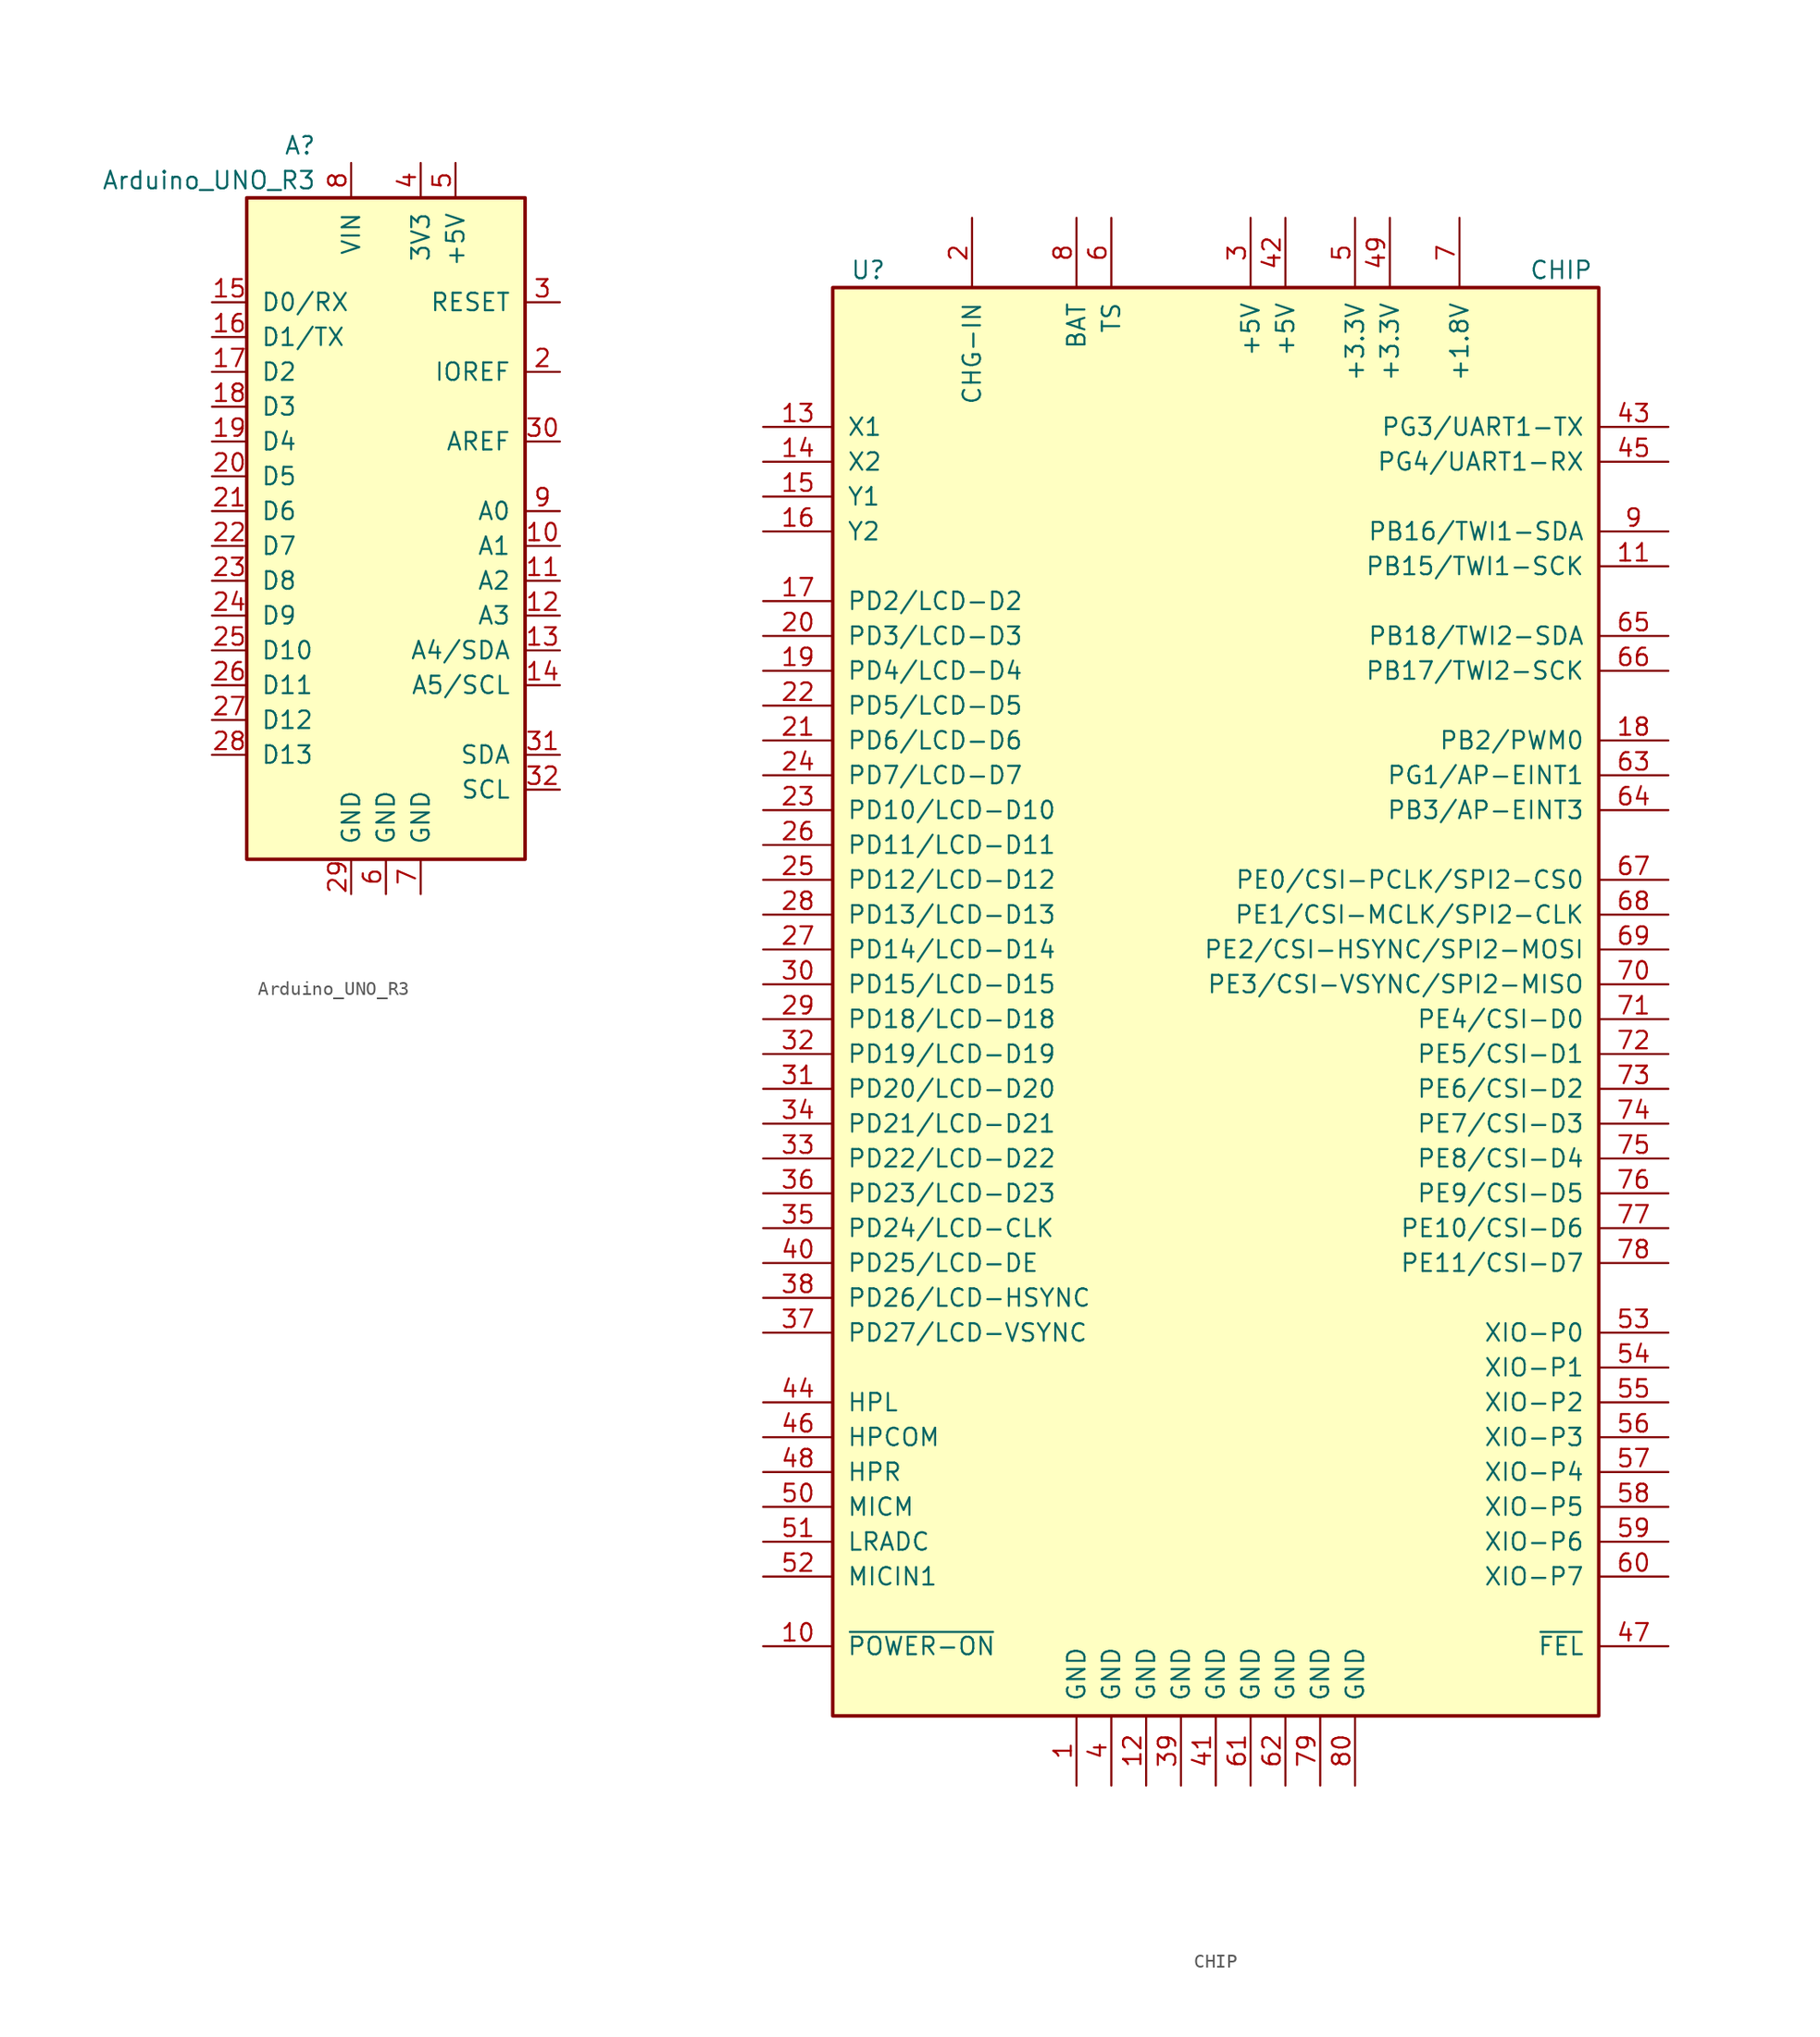
<source format=kicad_sym>
(kicad_symbol_lib
  (version 20201005)
  (generator kicad_symbol_editor)
  (symbol "Arduino_UNO_R3"
    (pin_names
      (offset 1.016))
    (property "Reference" "A"
      (at -5.08 26.67 0)
      (effects (font (size 1.27 1.27)) (justify right)))
    (property "Value" "Arduino_UNO_R3"
      (at -5.08 24.13 0)
      (effects (font (size 1.27 1.27)) (justify right)))
    (symbol "Arduino_UNO_R3_0_1"
      (rectangle (start -10.16 22.86) (end 10.16 -25.4) (stroke (width 0.254)) (fill (type background))))
    (symbol "Arduino_UNO_R3_1_1"
      (pin no_connect line (at -12.7 -20.32 0) (length 2.54) hide (name "NC" (effects (font (size 1.27 1.27)))) (number "1" (effects (font (size 1.27 1.27)))))
      (pin bidirectional line (at 12.7 -2.54 180) (length 2.54) (name "A1" (effects (font (size 1.27 1.27)))) (number "10" (effects (font (size 1.27 1.27)))))
      (pin bidirectional line (at 12.7 -5.08 180) (length 2.54) (name "A2" (effects (font (size 1.27 1.27)))) (number "11" (effects (font (size 1.27 1.27)))))
      (pin bidirectional line (at 12.7 -7.62 180) (length 2.54) (name "A3" (effects (font (size 1.27 1.27)))) (number "12" (effects (font (size 1.27 1.27)))))
      (pin bidirectional line (at 12.7 -10.16 180) (length 2.54) (name "A4/SDA" (effects (font (size 1.27 1.27)))) (number "13" (effects (font (size 1.27 1.27)))))
      (pin bidirectional line (at 12.7 -12.7 180) (length 2.54) (name "A5/SCL" (effects (font (size 1.27 1.27)))) (number "14" (effects (font (size 1.27 1.27)))))
      (pin bidirectional line (at -12.7 15.24 0) (length 2.54) (name "D0/RX" (effects (font (size 1.27 1.27)))) (number "15" (effects (font (size 1.27 1.27)))))
      (pin bidirectional line (at -12.7 12.7 0) (length 2.54) (name "D1/TX" (effects (font (size 1.27 1.27)))) (number "16" (effects (font (size 1.27 1.27)))))
      (pin bidirectional line (at -12.7 10.16 0) (length 2.54) (name "D2" (effects (font (size 1.27 1.27)))) (number "17" (effects (font (size 1.27 1.27)))))
      (pin bidirectional line (at -12.7 7.62 0) (length 2.54) (name "D3" (effects (font (size 1.27 1.27)))) (number "18" (effects (font (size 1.27 1.27)))))
      (pin bidirectional line (at -12.7 5.08 0) (length 2.54) (name "D4" (effects (font (size 1.27 1.27)))) (number "19" (effects (font (size 1.27 1.27)))))
      (pin output line (at 12.7 10.16 180) (length 2.54) (name "IOREF" (effects (font (size 1.27 1.27)))) (number "2" (effects (font (size 1.27 1.27)))))
      (pin bidirectional line (at -12.7 2.54 0) (length 2.54) (name "D5" (effects (font (size 1.27 1.27)))) (number "20" (effects (font (size 1.27 1.27)))))
      (pin bidirectional line (at -12.7 0 0) (length 2.54) (name "D6" (effects (font (size 1.27 1.27)))) (number "21" (effects (font (size 1.27 1.27)))))
      (pin bidirectional line (at -12.7 -2.54 0) (length 2.54) (name "D7" (effects (font (size 1.27 1.27)))) (number "22" (effects (font (size 1.27 1.27)))))
      (pin bidirectional line (at -12.7 -5.08 0) (length 2.54) (name "D8" (effects (font (size 1.27 1.27)))) (number "23" (effects (font (size 1.27 1.27)))))
      (pin bidirectional line (at -12.7 -7.62 0) (length 2.54) (name "D9" (effects (font (size 1.27 1.27)))) (number "24" (effects (font (size 1.27 1.27)))))
      (pin bidirectional line (at -12.7 -10.16 0) (length 2.54) (name "D10" (effects (font (size 1.27 1.27)))) (number "25" (effects (font (size 1.27 1.27)))))
      (pin bidirectional line (at -12.7 -12.7 0) (length 2.54) (name "D11" (effects (font (size 1.27 1.27)))) (number "26" (effects (font (size 1.27 1.27)))))
      (pin bidirectional line (at -12.7 -15.24 0) (length 2.54) (name "D12" (effects (font (size 1.27 1.27)))) (number "27" (effects (font (size 1.27 1.27)))))
      (pin bidirectional line (at -12.7 -17.78 0) (length 2.54) (name "D13" (effects (font (size 1.27 1.27)))) (number "28" (effects (font (size 1.27 1.27)))))
      (pin power_in line (at -2.54 -27.94 90) (length 2.54) (name "GND" (effects (font (size 1.27 1.27)))) (number "29" (effects (font (size 1.27 1.27)))))
      (pin input line (at 12.7 15.24 180) (length 2.54) (name "RESET" (effects (font (size 1.27 1.27)))) (number "3" (effects (font (size 1.27 1.27)))))
      (pin input line (at 12.7 5.08 180) (length 2.54) (name "AREF" (effects (font (size 1.27 1.27)))) (number "30" (effects (font (size 1.27 1.27)))))
      (pin bidirectional line (at 12.7 -17.78 180) (length 2.54) (name "SDA" (effects (font (size 1.27 1.27)))) (number "31" (effects (font (size 1.27 1.27)))))
      (pin bidirectional line (at 12.7 -20.32 180) (length 2.54) (name "SCL" (effects (font (size 1.27 1.27)))) (number "32" (effects (font (size 1.27 1.27)))))
      (pin power_out line (at 2.54 25.4 270) (length 2.54) (name "3V3" (effects (font (size 1.27 1.27)))) (number "4" (effects (font (size 1.27 1.27)))))
      (pin power_out line (at 5.08 25.4 270) (length 2.54) (name "+5V" (effects (font (size 1.27 1.27)))) (number "5" (effects (font (size 1.27 1.27)))))
      (pin power_in line (at 0 -27.94 90) (length 2.54) (name "GND" (effects (font (size 1.27 1.27)))) (number "6" (effects (font (size 1.27 1.27)))))
      (pin power_in line (at 2.54 -27.94 90) (length 2.54) (name "GND" (effects (font (size 1.27 1.27)))) (number "7" (effects (font (size 1.27 1.27)))))
      (pin power_in line (at -2.54 25.4 270) (length 2.54) (name "VIN" (effects (font (size 1.27 1.27)))) (number "8" (effects (font (size 1.27 1.27)))))
      (pin bidirectional line (at 12.7 0 180) (length 2.54) (name "A0" (effects (font (size 1.27 1.27)))) (number "9" (effects (font (size 1.27 1.27)))))))
  (symbol "CHIP"
    (pin_names
      (offset 1.016))
    (property "Reference" "U"
      (at -26.67 49.53 0)
      (effects (font (size 1.27 1.27)) (justify left)))
    (property "Value" "CHIP"
      (at 22.86 49.53 0)
      (effects (font (size 1.27 1.27)) (justify left)))
    (symbol "CHIP_0_1"
      (rectangle (start -27.94 48.26) (end 27.94 -55.88) (stroke (width 0.254)) (fill (type background))))
    (symbol "CHIP_1_1"
      (pin power_in line (at -10.16 -60.96 90) (length 5.08) (name "GND" (effects (font (size 1.27 1.27)))) (number "1" (effects (font (size 1.27 1.27)))))
      (pin input line (at -33.02 -50.8 0) (length 5.08) (name "~POWER-ON" (effects (font (size 1.27 1.27)))) (number "10" (effects (font (size 1.27 1.27)))))
      (pin bidirectional line (at 33.02 27.94 180) (length 5.08) (name "PB15/TWI1-SCK" (effects (font (size 1.27 1.27)))) (number "11" (effects (font (size 1.27 1.27)))))
      (pin power_in line (at -5.08 -60.96 90) (length 5.08) (name "GND" (effects (font (size 1.27 1.27)))) (number "12" (effects (font (size 1.27 1.27)))))
      (pin input line (at -33.02 38.1 0) (length 5.08) (name "X1" (effects (font (size 1.27 1.27)))) (number "13" (effects (font (size 1.27 1.27)))))
      (pin input line (at -33.02 35.56 0) (length 5.08) (name "X2" (effects (font (size 1.27 1.27)))) (number "14" (effects (font (size 1.27 1.27)))))
      (pin input line (at -33.02 33.02 0) (length 5.08) (name "Y1" (effects (font (size 1.27 1.27)))) (number "15" (effects (font (size 1.27 1.27)))))
      (pin input line (at -33.02 30.48 0) (length 5.08) (name "Y2" (effects (font (size 1.27 1.27)))) (number "16" (effects (font (size 1.27 1.27)))))
      (pin bidirectional line (at -33.02 25.4 0) (length 5.08) (name "PD2/LCD-D2" (effects (font (size 1.27 1.27)))) (number "17" (effects (font (size 1.27 1.27)))))
      (pin bidirectional line (at 33.02 15.24 180) (length 5.08) (name "PB2/PWM0" (effects (font (size 1.27 1.27)))) (number "18" (effects (font (size 1.27 1.27)))))
      (pin bidirectional line (at -33.02 20.32 0) (length 5.08) (name "PD4/LCD-D4" (effects (font (size 1.27 1.27)))) (number "19" (effects (font (size 1.27 1.27)))))
      (pin power_in line (at -17.78 53.34 270) (length 5.08) (name "CHG-IN" (effects (font (size 1.27 1.27)))) (number "2" (effects (font (size 1.27 1.27)))))
      (pin bidirectional line (at -33.02 22.86 0) (length 5.08) (name "PD3/LCD-D3" (effects (font (size 1.27 1.27)))) (number "20" (effects (font (size 1.27 1.27)))))
      (pin bidirectional line (at -33.02 15.24 0) (length 5.08) (name "PD6/LCD-D6" (effects (font (size 1.27 1.27)))) (number "21" (effects (font (size 1.27 1.27)))))
      (pin bidirectional line (at -33.02 17.78 0) (length 5.08) (name "PD5/LCD-D5" (effects (font (size 1.27 1.27)))) (number "22" (effects (font (size 1.27 1.27)))))
      (pin bidirectional line (at -33.02 10.16 0) (length 5.08) (name "PD10/LCD-D10" (effects (font (size 1.27 1.27)))) (number "23" (effects (font (size 1.27 1.27)))))
      (pin bidirectional line (at -33.02 12.7 0) (length 5.08) (name "PD7/LCD-D7" (effects (font (size 1.27 1.27)))) (number "24" (effects (font (size 1.27 1.27)))))
      (pin bidirectional line (at -33.02 5.08 0) (length 5.08) (name "PD12/LCD-D12" (effects (font (size 1.27 1.27)))) (number "25" (effects (font (size 1.27 1.27)))))
      (pin bidirectional line (at -33.02 7.62 0) (length 5.08) (name "PD11/LCD-D11" (effects (font (size 1.27 1.27)))) (number "26" (effects (font (size 1.27 1.27)))))
      (pin bidirectional line (at -33.02 0 0) (length 5.08) (name "PD14/LCD-D14" (effects (font (size 1.27 1.27)))) (number "27" (effects (font (size 1.27 1.27)))))
      (pin bidirectional line (at -33.02 2.54 0) (length 5.08) (name "PD13/LCD-D13" (effects (font (size 1.27 1.27)))) (number "28" (effects (font (size 1.27 1.27)))))
      (pin bidirectional line (at -33.02 -5.08 0) (length 5.08) (name "PD18/LCD-D18" (effects (font (size 1.27 1.27)))) (number "29" (effects (font (size 1.27 1.27)))))
      (pin power_out line (at 2.54 53.34 270) (length 5.08) (name "+5V" (effects (font (size 1.27 1.27)))) (number "3" (effects (font (size 1.27 1.27)))))
      (pin bidirectional line (at -33.02 -2.54 0) (length 5.08) (name "PD15/LCD-D15" (effects (font (size 1.27 1.27)))) (number "30" (effects (font (size 1.27 1.27)))))
      (pin bidirectional line (at -33.02 -10.16 0) (length 5.08) (name "PD20/LCD-D20" (effects (font (size 1.27 1.27)))) (number "31" (effects (font (size 1.27 1.27)))))
      (pin bidirectional line (at -33.02 -7.62 0) (length 5.08) (name "PD19/LCD-D19" (effects (font (size 1.27 1.27)))) (number "32" (effects (font (size 1.27 1.27)))))
      (pin bidirectional line (at -33.02 -15.24 0) (length 5.08) (name "PD22/LCD-D22" (effects (font (size 1.27 1.27)))) (number "33" (effects (font (size 1.27 1.27)))))
      (pin bidirectional line (at -33.02 -12.7 0) (length 5.08) (name "PD21/LCD-D21" (effects (font (size 1.27 1.27)))) (number "34" (effects (font (size 1.27 1.27)))))
      (pin bidirectional line (at -33.02 -20.32 0) (length 5.08) (name "PD24/LCD-CLK" (effects (font (size 1.27 1.27)))) (number "35" (effects (font (size 1.27 1.27)))))
      (pin bidirectional line (at -33.02 -17.78 0) (length 5.08) (name "PD23/LCD-D23" (effects (font (size 1.27 1.27)))) (number "36" (effects (font (size 1.27 1.27)))))
      (pin bidirectional line (at -33.02 -27.94 0) (length 5.08) (name "PD27/LCD-VSYNC" (effects (font (size 1.27 1.27)))) (number "37" (effects (font (size 1.27 1.27)))))
      (pin bidirectional line (at -33.02 -25.4 0) (length 5.08) (name "PD26/LCD-HSYNC" (effects (font (size 1.27 1.27)))) (number "38" (effects (font (size 1.27 1.27)))))
      (pin power_in line (at -2.54 -60.96 90) (length 5.08) (name "GND" (effects (font (size 1.27 1.27)))) (number "39" (effects (font (size 1.27 1.27)))))
      (pin power_in line (at -7.62 -60.96 90) (length 5.08) (name "GND" (effects (font (size 1.27 1.27)))) (number "4" (effects (font (size 1.27 1.27)))))
      (pin bidirectional line (at -33.02 -22.86 0) (length 5.08) (name "PD25/LCD-DE" (effects (font (size 1.27 1.27)))) (number "40" (effects (font (size 1.27 1.27)))))
      (pin power_in line (at 0 -60.96 90) (length 5.08) (name "GND" (effects (font (size 1.27 1.27)))) (number "41" (effects (font (size 1.27 1.27)))))
      (pin power_out line (at 5.08 53.34 270) (length 5.08) (name "+5V" (effects (font (size 1.27 1.27)))) (number "42" (effects (font (size 1.27 1.27)))))
      (pin bidirectional line (at 33.02 38.1 180) (length 5.08) (name "PG3/UART1-TX" (effects (font (size 1.27 1.27)))) (number "43" (effects (font (size 1.27 1.27)))))
      (pin output line (at -33.02 -33.02 0) (length 5.08) (name "HPL" (effects (font (size 1.27 1.27)))) (number "44" (effects (font (size 1.27 1.27)))))
      (pin input line (at 33.02 35.56 180) (length 5.08) (name "PG4/UART1-RX" (effects (font (size 1.27 1.27)))) (number "45" (effects (font (size 1.27 1.27)))))
      (pin output line (at -33.02 -35.56 0) (length 5.08) (name "HPCOM" (effects (font (size 1.27 1.27)))) (number "46" (effects (font (size 1.27 1.27)))))
      (pin input line (at 33.02 -50.8 180) (length 5.08) (name "~FEL" (effects (font (size 1.27 1.27)))) (number "47" (effects (font (size 1.27 1.27)))))
      (pin output line (at -33.02 -38.1 0) (length 5.08) (name "HPR" (effects (font (size 1.27 1.27)))) (number "48" (effects (font (size 1.27 1.27)))))
      (pin power_out line (at 12.7 53.34 270) (length 5.08) (name "+3.3V" (effects (font (size 1.27 1.27)))) (number "49" (effects (font (size 1.27 1.27)))))
      (pin power_out line (at 10.16 53.34 270) (length 5.08) (name "+3.3V" (effects (font (size 1.27 1.27)))) (number "5" (effects (font (size 1.27 1.27)))))
      (pin power_out line (at -33.02 -40.64 0) (length 5.08) (name "MICM" (effects (font (size 1.27 1.27)))) (number "50" (effects (font (size 1.27 1.27)))))
      (pin power_out line (at -33.02 -43.18 0) (length 5.08) (name "LRADC" (effects (font (size 1.27 1.27)))) (number "51" (effects (font (size 1.27 1.27)))))
      (pin input line (at -33.02 -45.72 0) (length 5.08) (name "MICIN1" (effects (font (size 1.27 1.27)))) (number "52" (effects (font (size 1.27 1.27)))))
      (pin bidirectional line (at 33.02 -27.94 180) (length 5.08) (name "XIO-P0" (effects (font (size 1.27 1.27)))) (number "53" (effects (font (size 1.27 1.27)))))
      (pin bidirectional line (at 33.02 -30.48 180) (length 5.08) (name "XIO-P1" (effects (font (size 1.27 1.27)))) (number "54" (effects (font (size 1.27 1.27)))))
      (pin bidirectional line (at 33.02 -33.02 180) (length 5.08) (name "XIO-P2" (effects (font (size 1.27 1.27)))) (number "55" (effects (font (size 1.27 1.27)))))
      (pin bidirectional line (at 33.02 -35.56 180) (length 5.08) (name "XIO-P3" (effects (font (size 1.27 1.27)))) (number "56" (effects (font (size 1.27 1.27)))))
      (pin bidirectional line (at 33.02 -38.1 180) (length 5.08) (name "XIO-P4" (effects (font (size 1.27 1.27)))) (number "57" (effects (font (size 1.27 1.27)))))
      (pin bidirectional line (at 33.02 -40.64 180) (length 5.08) (name "XIO-P5" (effects (font (size 1.27 1.27)))) (number "58" (effects (font (size 1.27 1.27)))))
      (pin bidirectional line (at 33.02 -43.18 180) (length 5.08) (name "XIO-P6" (effects (font (size 1.27 1.27)))) (number "59" (effects (font (size 1.27 1.27)))))
      (pin input line (at -7.62 53.34 270) (length 5.08) (name "TS" (effects (font (size 1.27 1.27)))) (number "6" (effects (font (size 1.27 1.27)))))
      (pin bidirectional line (at 33.02 -45.72 180) (length 5.08) (name "XIO-P7" (effects (font (size 1.27 1.27)))) (number "60" (effects (font (size 1.27 1.27)))))
      (pin power_in line (at 2.54 -60.96 90) (length 5.08) (name "GND" (effects (font (size 1.27 1.27)))) (number "61" (effects (font (size 1.27 1.27)))))
      (pin power_in line (at 5.08 -60.96 90) (length 5.08) (name "GND" (effects (font (size 1.27 1.27)))) (number "62" (effects (font (size 1.27 1.27)))))
      (pin bidirectional line (at 33.02 12.7 180) (length 5.08) (name "PG1/AP-EINT1" (effects (font (size 1.27 1.27)))) (number "63" (effects (font (size 1.27 1.27)))))
      (pin bidirectional line (at 33.02 10.16 180) (length 5.08) (name "PB3/AP-EINT3" (effects (font (size 1.27 1.27)))) (number "64" (effects (font (size 1.27 1.27)))))
      (pin bidirectional line (at 33.02 22.86 180) (length 5.08) (name "PB18/TWI2-SDA" (effects (font (size 1.27 1.27)))) (number "65" (effects (font (size 1.27 1.27)))))
      (pin bidirectional line (at 33.02 20.32 180) (length 5.08) (name "PB17/TWI2-SCK" (effects (font (size 1.27 1.27)))) (number "66" (effects (font (size 1.27 1.27)))))
      (pin bidirectional line (at 33.02 5.08 180) (length 5.08) (name "PE0/CSI-PCLK/SPI2-CS0" (effects (font (size 1.27 1.27)))) (number "67" (effects (font (size 1.27 1.27)))))
      (pin bidirectional line (at 33.02 2.54 180) (length 5.08) (name "PE1/CSI-MCLK/SPI2-CLK" (effects (font (size 1.27 1.27)))) (number "68" (effects (font (size 1.27 1.27)))))
      (pin bidirectional line (at 33.02 0 180) (length 5.08) (name "PE2/CSI-HSYNC/SPI2-MOSI" (effects (font (size 1.27 1.27)))) (number "69" (effects (font (size 1.27 1.27)))))
      (pin power_out line (at 17.78 53.34 270) (length 5.08) (name "+1.8V" (effects (font (size 1.27 1.27)))) (number "7" (effects (font (size 1.27 1.27)))))
      (pin bidirectional line (at 33.02 -2.54 180) (length 5.08) (name "PE3/CSI-VSYNC/SPI2-MISO" (effects (font (size 1.27 1.27)))) (number "70" (effects (font (size 1.27 1.27)))))
      (pin bidirectional line (at 33.02 -5.08 180) (length 5.08) (name "PE4/CSI-D0" (effects (font (size 1.27 1.27)))) (number "71" (effects (font (size 1.27 1.27)))))
      (pin bidirectional line (at 33.02 -7.62 180) (length 5.08) (name "PE5/CSI-D1" (effects (font (size 1.27 1.27)))) (number "72" (effects (font (size 1.27 1.27)))))
      (pin bidirectional line (at 33.02 -10.16 180) (length 5.08) (name "PE6/CSI-D2" (effects (font (size 1.27 1.27)))) (number "73" (effects (font (size 1.27 1.27)))))
      (pin bidirectional line (at 33.02 -12.7 180) (length 5.08) (name "PE7/CSI-D3" (effects (font (size 1.27 1.27)))) (number "74" (effects (font (size 1.27 1.27)))))
      (pin bidirectional line (at 33.02 -15.24 180) (length 5.08) (name "PE8/CSI-D4" (effects (font (size 1.27 1.27)))) (number "75" (effects (font (size 1.27 1.27)))))
      (pin bidirectional line (at 33.02 -17.78 180) (length 5.08) (name "PE9/CSI-D5" (effects (font (size 1.27 1.27)))) (number "76" (effects (font (size 1.27 1.27)))))
      (pin bidirectional line (at 33.02 -20.32 180) (length 5.08) (name "PE10/CSI-D6" (effects (font (size 1.27 1.27)))) (number "77" (effects (font (size 1.27 1.27)))))
      (pin bidirectional line (at 33.02 -22.86 180) (length 5.08) (name "PE11/CSI-D7" (effects (font (size 1.27 1.27)))) (number "78" (effects (font (size 1.27 1.27)))))
      (pin power_in line (at 7.62 -60.96 90) (length 5.08) (name "GND" (effects (font (size 1.27 1.27)))) (number "79" (effects (font (size 1.27 1.27)))))
      (pin power_in line (at -10.16 53.34 270) (length 5.08) (name "BAT" (effects (font (size 1.27 1.27)))) (number "8" (effects (font (size 1.27 1.27)))))
      (pin power_in line (at 10.16 -60.96 90) (length 5.08) (name "GND" (effects (font (size 1.27 1.27)))) (number "80" (effects (font (size 1.27 1.27)))))
      (pin bidirectional line (at 33.02 30.48 180) (length 5.08) (name "PB16/TWI1-SDA" (effects (font (size 1.27 1.27)))) (number "9" (effects (font (size 1.27 1.27))))))))
</source>
